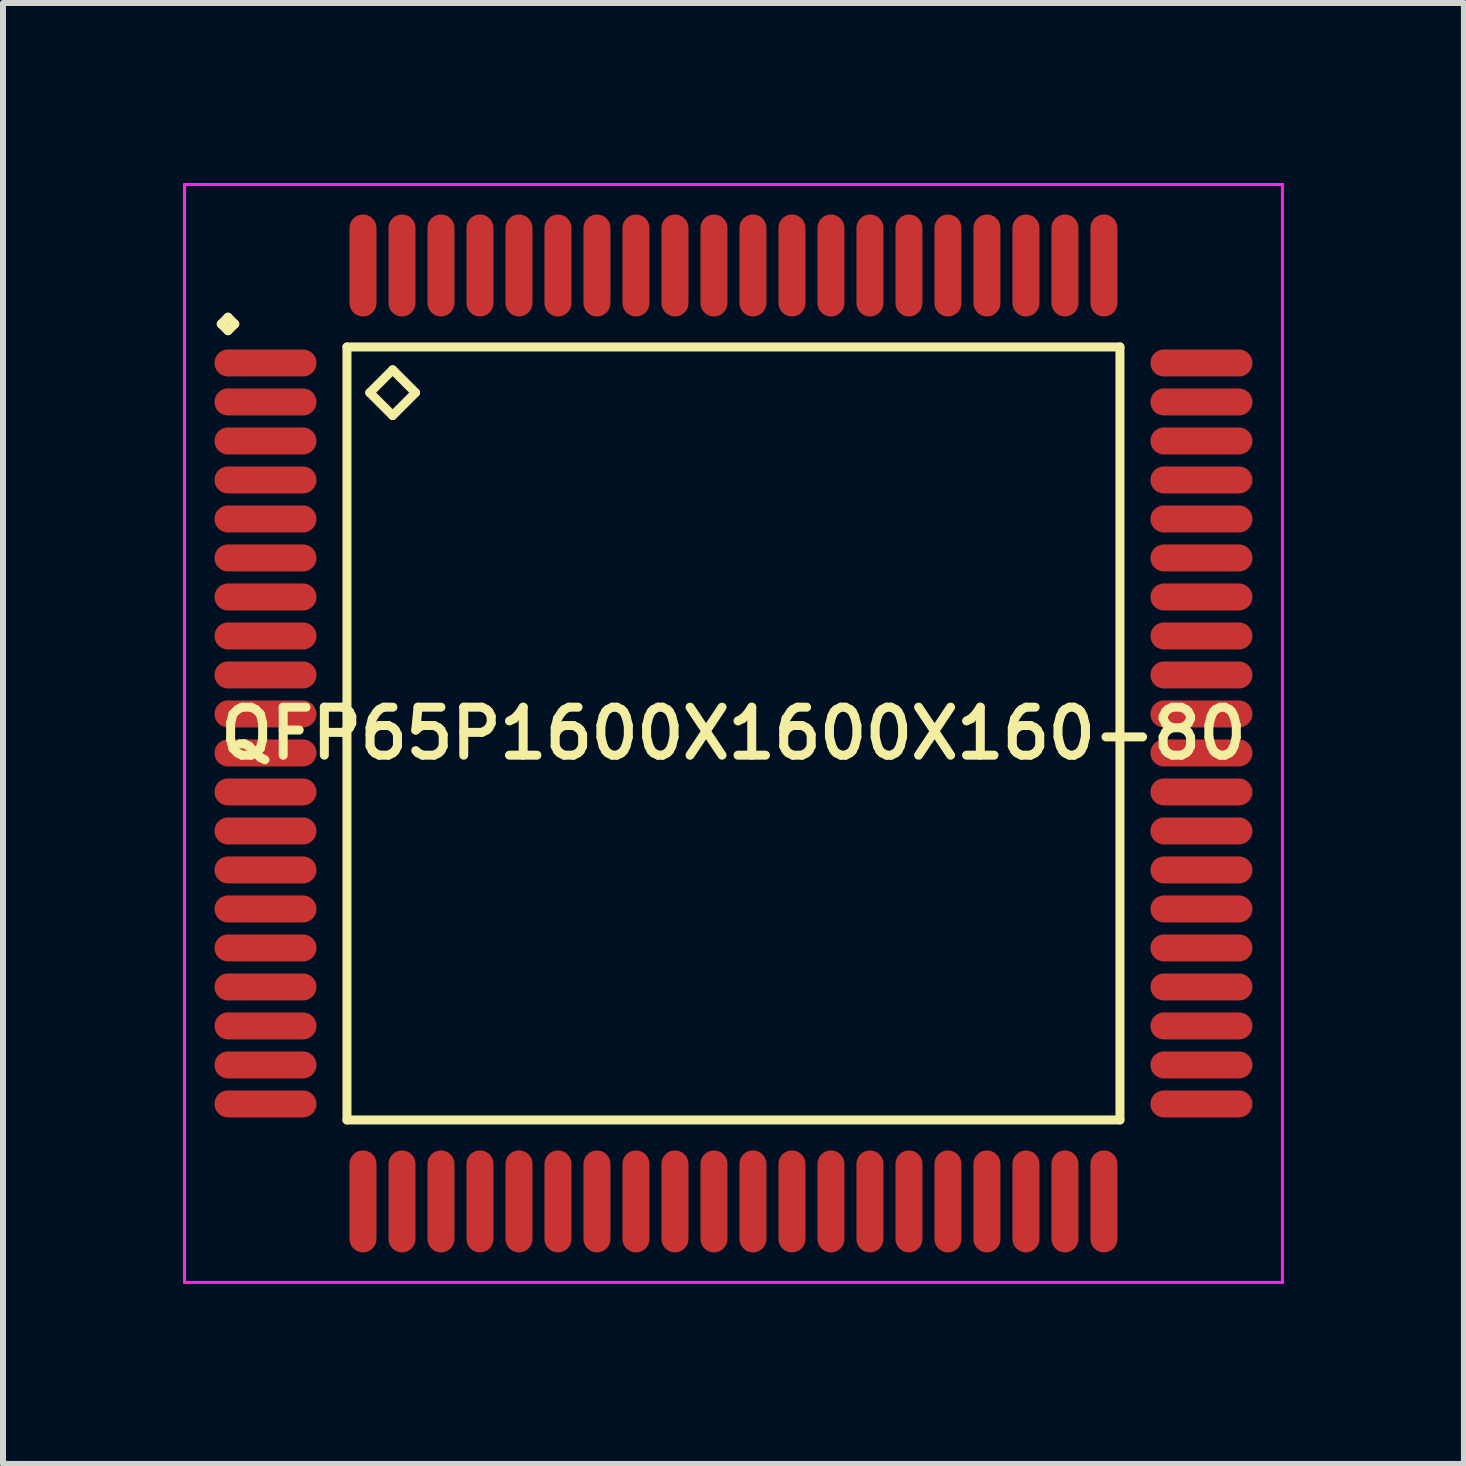
<source format=kicad_pcb>
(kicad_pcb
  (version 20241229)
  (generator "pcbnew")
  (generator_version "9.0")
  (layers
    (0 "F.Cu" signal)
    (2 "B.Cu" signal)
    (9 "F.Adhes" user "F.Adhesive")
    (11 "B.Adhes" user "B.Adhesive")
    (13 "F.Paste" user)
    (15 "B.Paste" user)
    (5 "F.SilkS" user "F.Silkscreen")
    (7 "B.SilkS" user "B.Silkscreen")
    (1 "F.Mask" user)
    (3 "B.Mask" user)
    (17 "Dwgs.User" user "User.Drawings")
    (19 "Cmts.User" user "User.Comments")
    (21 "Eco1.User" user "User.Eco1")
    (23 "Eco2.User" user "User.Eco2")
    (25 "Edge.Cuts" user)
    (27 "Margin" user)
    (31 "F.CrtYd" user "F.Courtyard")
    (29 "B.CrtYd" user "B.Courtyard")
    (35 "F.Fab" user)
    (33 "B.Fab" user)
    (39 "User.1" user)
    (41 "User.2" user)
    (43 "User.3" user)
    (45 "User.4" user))
  (footprint "QFP65P1600X1600X160-80"
    (layer "F.Cu")
    (at 9.175 9.175)
    (property "Reference" "QFP65P1600X1600X160-80" (at 0 0 0) (layer "F.SilkS") (effects (font (size 0.8 0.8) (thickness 0.15))))
    (attr smd)
    (fp_line (start -8.537 -6.825) (end -8.425 -6.938) (stroke (width 0.15) (type solid)) (layer "F.SilkS"))
    (fp_line (start -8.425 -6.938) (end -8.312 -6.825) (stroke (width 0.15) (type solid)) (layer "F.SilkS"))
    (fp_line (start -8.425 -6.713) (end -8.537 -6.825) (stroke (width 0.15) (type solid)) (layer "F.SilkS"))
    (fp_line (start -8.312 -6.825) (end -8.425 -6.713) (stroke (width 0.15) (type solid)) (layer "F.SilkS"))
    (fp_line (start -6.442 -6.442) (end -6.442 6.442) (stroke (width 0.15) (type solid)) (layer "F.SilkS"))
    (fp_line (start -6.442 6.442) (end 6.442 6.442) (stroke (width 0.15) (type solid)) (layer "F.SilkS"))
    (fp_line (start -6.061 -5.68) (end -5.68 -6.061) (stroke (width 0.15) (type solid)) (layer "F.SilkS"))
    (fp_line (start -5.68 -6.061) (end -5.299 -5.68) (stroke (width 0.15) (type solid)) (layer "F.SilkS"))
    (fp_line (start -5.68 -5.299) (end -6.061 -5.68) (stroke (width 0.15) (type solid)) (layer "F.SilkS"))
    (fp_line (start -5.299 -5.68) (end -5.68 -5.299) (stroke (width 0.15) (type solid)) (layer "F.SilkS"))
    (fp_line (start 6.442 -6.442) (end -6.442 -6.442) (stroke (width 0.15) (type solid)) (layer "F.SilkS"))
    (fp_line (start 6.442 6.442) (end 6.442 -6.442) (stroke (width 0.15) (type solid)) (layer "F.SilkS"))
    (fp_line (start -9.15 -9.15) (end 9.15 -9.15) (stroke (width 0.05) (type solid)) (layer "F.CrtYd"))
    (fp_line (start -9.15 9.15) (end -9.15 -9.15) (stroke (width 0.05) (type solid)) (layer "F.CrtYd"))
    (fp_line (start 9.15 -9.15) (end 9.15 9.15) (stroke (width 0.05) (type solid)) (layer "F.CrtYd"))
    (fp_line (start 9.15 9.15) (end -9.15 9.15) (stroke (width 0.05) (type solid)) (layer "F.CrtYd"))
    (pad "1" smd oval (at -7.8 -6.175) (size 1.7 0.45) (layers "F.Cu" "F.Mask" "F.Paste"))
    (pad "2" smd oval (at -7.8 -5.525) (size 1.7 0.45) (layers "F.Cu" "F.Mask" "F.Paste"))
    (pad "3" smd oval (at -7.8 -4.875) (size 1.7 0.45) (layers "F.Cu" "F.Mask" "F.Paste"))
    (pad "4" smd oval (at -7.8 -4.225) (size 1.7 0.45) (layers "F.Cu" "F.Mask" "F.Paste"))
    (pad "5" smd oval (at -7.8 -3.575) (size 1.7 0.45) (layers "F.Cu" "F.Mask" "F.Paste"))
    (pad "6" smd oval (at -7.8 -2.925) (size 1.7 0.45) (layers "F.Cu" "F.Mask" "F.Paste"))
    (pad "7" smd oval (at -7.8 -2.275) (size 1.7 0.45) (layers "F.Cu" "F.Mask" "F.Paste"))
    (pad "8" smd oval (at -7.8 -1.625) (size 1.7 0.45) (layers "F.Cu" "F.Mask" "F.Paste"))
    (pad "9" smd oval (at -7.8 -0.975) (size 1.7 0.45) (layers "F.Cu" "F.Mask" "F.Paste"))
    (pad "10" smd oval (at -7.8 -0.325) (size 1.7 0.45) (layers "F.Cu" "F.Mask" "F.Paste"))
    (pad "11" smd oval (at -7.8 0.325) (size 1.7 0.45) (layers "F.Cu" "F.Mask" "F.Paste"))
    (pad "12" smd oval (at -7.8 0.975) (size 1.7 0.45) (layers "F.Cu" "F.Mask" "F.Paste"))
    (pad "13" smd oval (at -7.8 1.625) (size 1.7 0.45) (layers "F.Cu" "F.Mask" "F.Paste"))
    (pad "14" smd oval (at -7.8 2.275) (size 1.7 0.45) (layers "F.Cu" "F.Mask" "F.Paste"))
    (pad "15" smd oval (at -7.8 2.925) (size 1.7 0.45) (layers "F.Cu" "F.Mask" "F.Paste"))
    (pad "16" smd oval (at -7.8 3.575) (size 1.7 0.45) (layers "F.Cu" "F.Mask" "F.Paste"))
    (pad "17" smd oval (at -7.8 4.225) (size 1.7 0.45) (layers "F.Cu" "F.Mask" "F.Paste"))
    (pad "18" smd oval (at -7.8 4.875) (size 1.7 0.45) (layers "F.Cu" "F.Mask" "F.Paste"))
    (pad "19" smd oval (at -7.8 5.525) (size 1.7 0.45) (layers "F.Cu" "F.Mask" "F.Paste"))
    (pad "20" smd oval (at -7.8 6.175) (size 1.7 0.45) (layers "F.Cu" "F.Mask" "F.Paste"))
    (pad "21" smd oval (at -6.175 7.8) (size 0.45 1.7) (layers "F.Cu" "F.Mask" "F.Paste"))
    (pad "22" smd oval (at -5.525 7.8) (size 0.45 1.7) (layers "F.Cu" "F.Mask" "F.Paste"))
    (pad "23" smd oval (at -4.875 7.8) (size 0.45 1.7) (layers "F.Cu" "F.Mask" "F.Paste"))
    (pad "24" smd oval (at -4.225 7.8) (size 0.45 1.7) (layers "F.Cu" "F.Mask" "F.Paste"))
    (pad "25" smd oval (at -3.575 7.8) (size 0.45 1.7) (layers "F.Cu" "F.Mask" "F.Paste"))
    (pad "26" smd oval (at -2.925 7.8) (size 0.45 1.7) (layers "F.Cu" "F.Mask" "F.Paste"))
    (pad "27" smd oval (at -2.275 7.8) (size 0.45 1.7) (layers "F.Cu" "F.Mask" "F.Paste"))
    (pad "28" smd oval (at -1.625 7.8) (size 0.45 1.7) (layers "F.Cu" "F.Mask" "F.Paste"))
    (pad "29" smd oval (at -0.975 7.8) (size 0.45 1.7) (layers "F.Cu" "F.Mask" "F.Paste"))
    (pad "30" smd oval (at -0.325 7.8) (size 0.45 1.7) (layers "F.Cu" "F.Mask" "F.Paste"))
    (pad "31" smd oval (at 0.325 7.8) (size 0.45 1.7) (layers "F.Cu" "F.Mask" "F.Paste"))
    (pad "32" smd oval (at 0.975 7.8) (size 0.45 1.7) (layers "F.Cu" "F.Mask" "F.Paste"))
    (pad "33" smd oval (at 1.625 7.8) (size 0.45 1.7) (layers "F.Cu" "F.Mask" "F.Paste"))
    (pad "34" smd oval (at 2.275 7.8) (size 0.45 1.7) (layers "F.Cu" "F.Mask" "F.Paste"))
    (pad "35" smd oval (at 2.925 7.8) (size 0.45 1.7) (layers "F.Cu" "F.Mask" "F.Paste"))
    (pad "36" smd oval (at 3.575 7.8) (size 0.45 1.7) (layers "F.Cu" "F.Mask" "F.Paste"))
    (pad "37" smd oval (at 4.225 7.8) (size 0.45 1.7) (layers "F.Cu" "F.Mask" "F.Paste"))
    (pad "38" smd oval (at 4.875 7.8) (size 0.45 1.7) (layers "F.Cu" "F.Mask" "F.Paste"))
    (pad "39" smd oval (at 5.525 7.8) (size 0.45 1.7) (layers "F.Cu" "F.Mask" "F.Paste"))
    (pad "40" smd oval (at 6.175 7.8) (size 0.45 1.7) (layers "F.Cu" "F.Mask" "F.Paste"))
    (pad "41" smd oval (at 7.8 6.175) (size 1.7 0.45) (layers "F.Cu" "F.Mask" "F.Paste"))
    (pad "42" smd oval (at 7.8 5.525) (size 1.7 0.45) (layers "F.Cu" "F.Mask" "F.Paste"))
    (pad "43" smd oval (at 7.8 4.875) (size 1.7 0.45) (layers "F.Cu" "F.Mask" "F.Paste"))
    (pad "44" smd oval (at 7.8 4.225) (size 1.7 0.45) (layers "F.Cu" "F.Mask" "F.Paste"))
    (pad "45" smd oval (at 7.8 3.575) (size 1.7 0.45) (layers "F.Cu" "F.Mask" "F.Paste"))
    (pad "46" smd oval (at 7.8 2.925) (size 1.7 0.45) (layers "F.Cu" "F.Mask" "F.Paste"))
    (pad "47" smd oval (at 7.8 2.275) (size 1.7 0.45) (layers "F.Cu" "F.Mask" "F.Paste"))
    (pad "48" smd oval (at 7.8 1.625) (size 1.7 0.45) (layers "F.Cu" "F.Mask" "F.Paste"))
    (pad "49" smd oval (at 7.8 0.975) (size 1.7 0.45) (layers "F.Cu" "F.Mask" "F.Paste"))
    (pad "50" smd oval (at 7.8 0.325) (size 1.7 0.45) (layers "F.Cu" "F.Mask" "F.Paste"))
    (pad "51" smd oval (at 7.8 -0.325) (size 1.7 0.45) (layers "F.Cu" "F.Mask" "F.Paste"))
    (pad "52" smd oval (at 7.8 -0.975) (size 1.7 0.45) (layers "F.Cu" "F.Mask" "F.Paste"))
    (pad "53" smd oval (at 7.8 -1.625) (size 1.7 0.45) (layers "F.Cu" "F.Mask" "F.Paste"))
    (pad "54" smd oval (at 7.8 -2.275) (size 1.7 0.45) (layers "F.Cu" "F.Mask" "F.Paste"))
    (pad "55" smd oval (at 7.8 -2.925) (size 1.7 0.45) (layers "F.Cu" "F.Mask" "F.Paste"))
    (pad "56" smd oval (at 7.8 -3.575) (size 1.7 0.45) (layers "F.Cu" "F.Mask" "F.Paste"))
    (pad "57" smd oval (at 7.8 -4.225) (size 1.7 0.45) (layers "F.Cu" "F.Mask" "F.Paste"))
    (pad "58" smd oval (at 7.8 -4.875) (size 1.7 0.45) (layers "F.Cu" "F.Mask" "F.Paste"))
    (pad "59" smd oval (at 7.8 -5.525) (size 1.7 0.45) (layers "F.Cu" "F.Mask" "F.Paste"))
    (pad "60" smd oval (at 7.8 -6.175) (size 1.7 0.45) (layers "F.Cu" "F.Mask" "F.Paste"))
    (pad "61" smd oval (at 6.175 -7.8) (size 0.45 1.7) (layers "F.Cu" "F.Mask" "F.Paste"))
    (pad "62" smd oval (at 5.525 -7.8) (size 0.45 1.7) (layers "F.Cu" "F.Mask" "F.Paste"))
    (pad "63" smd oval (at 4.875 -7.8) (size 0.45 1.7) (layers "F.Cu" "F.Mask" "F.Paste"))
    (pad "64" smd oval (at 4.225 -7.8) (size 0.45 1.7) (layers "F.Cu" "F.Mask" "F.Paste"))
    (pad "65" smd oval (at 3.575 -7.8) (size 0.45 1.7) (layers "F.Cu" "F.Mask" "F.Paste"))
    (pad "66" smd oval (at 2.925 -7.8) (size 0.45 1.7) (layers "F.Cu" "F.Mask" "F.Paste"))
    (pad "67" smd oval (at 2.275 -7.8) (size 0.45 1.7) (layers "F.Cu" "F.Mask" "F.Paste"))
    (pad "68" smd oval (at 1.625 -7.8) (size 0.45 1.7) (layers "F.Cu" "F.Mask" "F.Paste"))
    (pad "69" smd oval (at 0.975 -7.8) (size 0.45 1.7) (layers "F.Cu" "F.Mask" "F.Paste"))
    (pad "70" smd oval (at 0.325 -7.8) (size 0.45 1.7) (layers "F.Cu" "F.Mask" "F.Paste"))
    (pad "71" smd oval (at -0.325 -7.8) (size 0.45 1.7) (layers "F.Cu" "F.Mask" "F.Paste"))
    (pad "72" smd oval (at -0.975 -7.8) (size 0.45 1.7) (layers "F.Cu" "F.Mask" "F.Paste"))
    (pad "73" smd oval (at -1.625 -7.8) (size 0.45 1.7) (layers "F.Cu" "F.Mask" "F.Paste"))
    (pad "74" smd oval (at -2.275 -7.8) (size 0.45 1.7) (layers "F.Cu" "F.Mask" "F.Paste"))
    (pad "75" smd oval (at -2.925 -7.8) (size 0.45 1.7) (layers "F.Cu" "F.Mask" "F.Paste"))
    (pad "76" smd oval (at -3.575 -7.8) (size 0.45 1.7) (layers "F.Cu" "F.Mask" "F.Paste"))
    (pad "77" smd oval (at -4.225 -7.8) (size 0.45 1.7) (layers "F.Cu" "F.Mask" "F.Paste"))
    (pad "78" smd oval (at -4.875 -7.8) (size 0.45 1.7) (layers "F.Cu" "F.Mask" "F.Paste"))
    (pad "79" smd oval (at -5.525 -7.8) (size 0.45 1.7) (layers "F.Cu" "F.Mask" "F.Paste"))
    (pad "80" smd oval (at -6.175 -7.8) (size 0.45 1.7) (layers "F.Cu" "F.Mask" "F.Paste")))
  (gr_rect
    (start -3 -3)
    (end 21.35 21.35)
    (stroke (width 0.1) (type default))
    (fill no)
    (layer "Edge.Cuts")))
</source>
